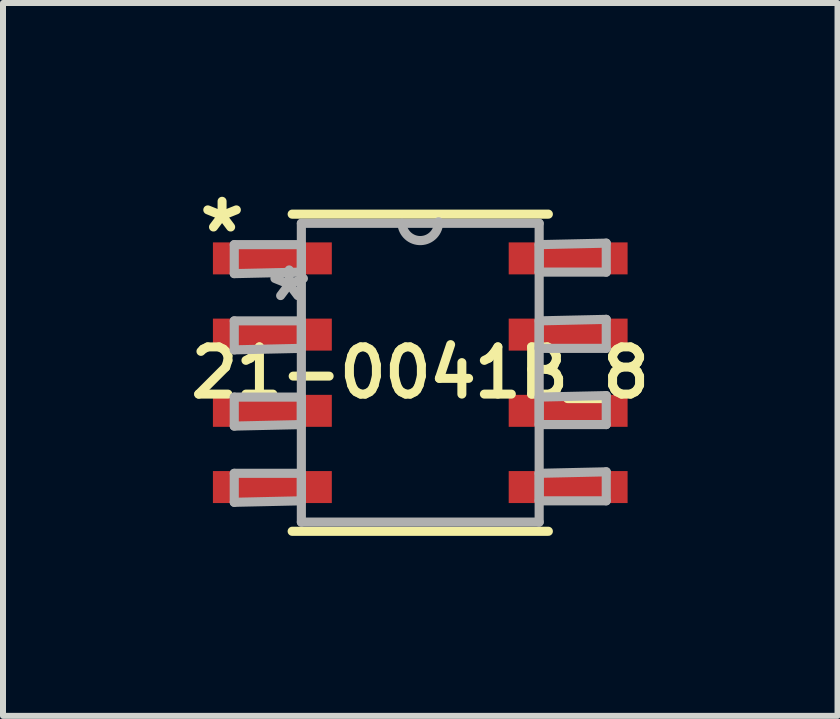
<source format=kicad_pcb>
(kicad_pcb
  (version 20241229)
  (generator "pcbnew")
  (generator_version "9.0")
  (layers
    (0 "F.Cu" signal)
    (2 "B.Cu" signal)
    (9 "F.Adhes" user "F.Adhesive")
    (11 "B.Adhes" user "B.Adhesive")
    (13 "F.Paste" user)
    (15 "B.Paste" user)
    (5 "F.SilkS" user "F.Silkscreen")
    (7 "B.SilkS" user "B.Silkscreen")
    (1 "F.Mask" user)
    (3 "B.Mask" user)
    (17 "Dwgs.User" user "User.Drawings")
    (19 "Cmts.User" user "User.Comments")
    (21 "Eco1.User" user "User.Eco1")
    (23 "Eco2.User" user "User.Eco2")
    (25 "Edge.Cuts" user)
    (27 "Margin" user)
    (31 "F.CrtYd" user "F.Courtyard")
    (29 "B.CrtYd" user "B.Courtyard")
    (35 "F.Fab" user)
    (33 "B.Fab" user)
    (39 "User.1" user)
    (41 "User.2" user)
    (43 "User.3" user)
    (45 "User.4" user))
  (footprint "21-0041B_8"
    (layer "F.Cu")
    (at 3.952 3.16)
    (property "Reference" "21-0041B_8" (at 0 0 0) (layer "F.SilkS") (effects (font (size 0.787 0.787) (thickness 0.15))))
    (attr smd)
    (fp_line (start -2.134 2.642) (end 2.134 2.642) (stroke (width 0.152) (type solid)) (layer "F.SilkS"))
    (fp_line (start 2.134 -2.642) (end -2.134 -2.642) (stroke (width 0.152) (type solid)) (layer "F.SilkS"))
    (fp_line (start -3.099 -2.134) (end -3.099 -1.651) (stroke (width 0.152) (type solid)) (layer "F.Fab"))
    (fp_line (start -3.099 -1.651) (end -1.981 -1.676) (stroke (width 0.152) (type solid)) (layer "F.Fab"))
    (fp_line (start -3.099 -0.864) (end -3.099 -0.381) (stroke (width 0.152) (type solid)) (layer "F.Fab"))
    (fp_line (start -3.099 -0.381) (end -1.981 -0.406) (stroke (width 0.152) (type solid)) (layer "F.Fab"))
    (fp_line (start -3.099 0.406) (end -3.099 0.889) (stroke (width 0.152) (type solid)) (layer "F.Fab"))
    (fp_line (start -3.099 0.889) (end -1.981 0.864) (stroke (width 0.152) (type solid)) (layer "F.Fab"))
    (fp_line (start -3.099 1.676) (end -3.099 2.159) (stroke (width 0.152) (type solid)) (layer "F.Fab"))
    (fp_line (start -3.099 2.159) (end -1.981 2.134) (stroke (width 0.152) (type solid)) (layer "F.Fab"))
    (fp_line (start -1.981 -2.489) (end -1.981 2.489) (stroke (width 0.152) (type solid)) (layer "F.Fab"))
    (fp_line (start -1.981 -2.134) (end -3.099 -2.134) (stroke (width 0.152) (type solid)) (layer "F.Fab"))
    (fp_line (start -1.981 -1.676) (end -1.981 -2.134) (stroke (width 0.152) (type solid)) (layer "F.Fab"))
    (fp_line (start -1.981 -0.864) (end -3.099 -0.864) (stroke (width 0.152) (type solid)) (layer "F.Fab"))
    (fp_line (start -1.981 -0.406) (end -1.981 -0.864) (stroke (width 0.152) (type solid)) (layer "F.Fab"))
    (fp_line (start -1.981 0.406) (end -3.099 0.406) (stroke (width 0.152) (type solid)) (layer "F.Fab"))
    (fp_line (start -1.981 0.864) (end -1.981 0.406) (stroke (width 0.152) (type solid)) (layer "F.Fab"))
    (fp_line (start -1.981 1.676) (end -3.099 1.676) (stroke (width 0.152) (type solid)) (layer "F.Fab"))
    (fp_line (start -1.981 2.134) (end -1.981 1.676) (stroke (width 0.152) (type solid)) (layer "F.Fab"))
    (fp_line (start -1.981 2.489) (end 1.981 2.489) (stroke (width 0.152) (type solid)) (layer "F.Fab"))
    (fp_line (start -0.305 -2.489) (end -1.981 -2.489) (stroke (width 0.152) (type solid)) (layer "F.Fab"))
    (fp_line (start 1.981 -2.489) (end -0.305 -2.489) (stroke (width 0.152) (type solid)) (layer "F.Fab"))
    (fp_line (start 1.981 -2.134) (end 1.981 -1.676) (stroke (width 0.152) (type solid)) (layer "F.Fab"))
    (fp_line (start 1.981 -1.676) (end 3.099 -1.676) (stroke (width 0.152) (type solid)) (layer "F.Fab"))
    (fp_line (start 1.981 -0.864) (end 1.981 -0.406) (stroke (width 0.152) (type solid)) (layer "F.Fab"))
    (fp_line (start 1.981 -0.406) (end 3.099 -0.406) (stroke (width 0.152) (type solid)) (layer "F.Fab"))
    (fp_line (start 1.981 0.406) (end 1.981 0.864) (stroke (width 0.152) (type solid)) (layer "F.Fab"))
    (fp_line (start 1.981 0.864) (end 3.099 0.864) (stroke (width 0.152) (type solid)) (layer "F.Fab"))
    (fp_line (start 1.981 1.676) (end 1.981 2.134) (stroke (width 0.152) (type solid)) (layer "F.Fab"))
    (fp_line (start 1.981 2.134) (end 3.099 2.134) (stroke (width 0.152) (type solid)) (layer "F.Fab"))
    (fp_line (start 1.981 2.489) (end 1.981 -2.489) (stroke (width 0.152) (type solid)) (layer "F.Fab"))
    (fp_line (start 3.099 -2.159) (end 1.981 -2.134) (stroke (width 0.152) (type solid)) (layer "F.Fab"))
    (fp_line (start 3.099 -1.676) (end 3.099 -2.159) (stroke (width 0.152) (type solid)) (layer "F.Fab"))
    (fp_line (start 3.099 -0.889) (end 1.981 -0.864) (stroke (width 0.152) (type solid)) (layer "F.Fab"))
    (fp_line (start 3.099 -0.406) (end 3.099 -0.889) (stroke (width 0.152) (type solid)) (layer "F.Fab"))
    (fp_line (start 3.099 0.381) (end 1.981 0.406) (stroke (width 0.152) (type solid)) (layer "F.Fab"))
    (fp_line (start 3.099 0.864) (end 3.099 0.381) (stroke (width 0.152) (type solid)) (layer "F.Fab"))
    (fp_line (start 3.099 1.651) (end 1.981 1.676) (stroke (width 0.152) (type solid)) (layer "F.Fab"))
    (fp_line (start 3.099 2.134) (end 3.099 1.651) (stroke (width 0.152) (type solid)) (layer "F.Fab"))
    (fp_arc (start 0.3048 -2.5146) (mid 0.0127 -2.1971) (end -0.3048 -2.4892) (stroke (width 0.1524) (type solid)) (layer "F.Fab"))
    (fp_text user "*" (at -3.302 -2.311 0) (layer "F.SilkS") (effects (font (size 1 1) (thickness 0.15))))
    (fp_text user "*" (at -2.184 -1.168 0) (layer "F.Fab") (effects (font (size 1 1) (thickness 0.15))))
    (pad "1" smd rect (at -2.464 -1.905) (size 1.981 0.533) (layers "F.Cu" "F.Mask" "F.Paste"))
    (pad "2" smd rect (at -2.464 -0.635) (size 1.981 0.533) (layers "F.Cu" "F.Mask" "F.Paste"))
    (pad "3" smd rect (at -2.464 0.635) (size 1.981 0.533) (layers "F.Cu" "F.Mask" "F.Paste"))
    (pad "4" smd rect (at -2.464 1.905) (size 1.981 0.533) (layers "F.Cu" "F.Mask" "F.Paste"))
    (pad "5" smd rect (at 2.464 1.905) (size 1.981 0.533) (layers "F.Cu" "F.Mask" "F.Paste"))
    (pad "6" smd rect (at 2.464 0.635) (size 1.981 0.533) (layers "F.Cu" "F.Mask" "F.Paste"))
    (pad "7" smd rect (at 2.464 -0.635) (size 1.981 0.533) (layers "F.Cu" "F.Mask" "F.Paste"))
    (pad "8" smd rect (at 2.464 -1.905) (size 1.981 0.533) (layers "F.Cu" "F.Mask" "F.Paste")))
  (gr_rect
    (start -3 -3)
    (end 10.904 8.877)
    (stroke (width 0.1) (type default))
    (fill no)
    (layer "Edge.Cuts")))
</source>
